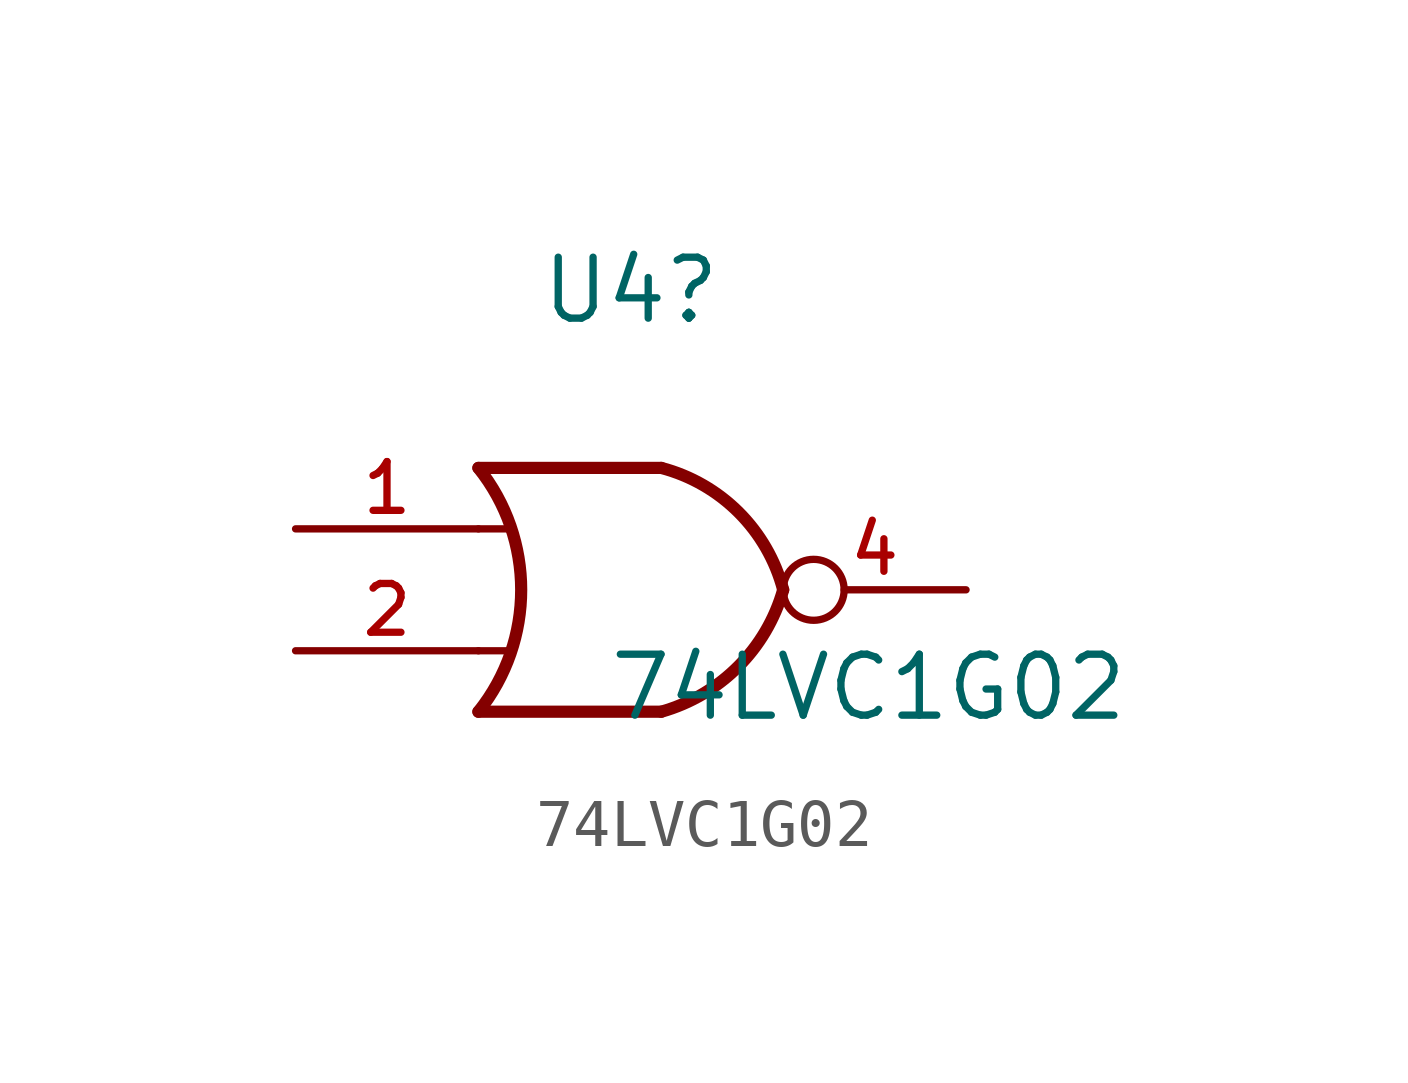
<source format=kicad_sym>
(kicad_symbol_lib
  (version 20220914)
  (generator kicad_symbol_editor)
  (symbol "74LVC1G02"
    (pin_names
      (offset 1.016))
    (property "Reference" "U4"
      (at -0.635 6.24 0)
      (effects (font (size 1.27 1.27))))
    (property "Value" "74LVC1G02"
      (at 4.318 -2.032 0)
      (effects (font (size 1.27 1.27))))
    (symbol "74LVC1G02_0_1"
      (arc (start -3.81 -2.54) (mid -2.919 0) (end -3.81 2.54) (stroke (width 0.254) (type default)) (fill (type none)))
      (arc (start 0 -2.54) (mid 1.5993 -1.6027) (end 2.54 0) (stroke (width 0.254) (type default)) (fill (type none)))
      (polyline (pts (xy -3.81 -1.27) (xy -3.175 -1.27)) (stroke (width 0) (type default)) (fill (type none)))
      (polyline (pts (xy -3.81 1.27) (xy -3.175 1.27)) (stroke (width 0) (type default)) (fill (type none)))
      (polyline (pts (xy 0 -2.54) (xy -3.81 -2.54)) (stroke (width 0.254) (type default)) (fill (type background)))
      (polyline (pts (xy 0 2.54) (xy -3.81 2.54)) (stroke (width 0.254) (type default)) (fill (type background)))
      (arc (start 2.54 0) (mid 1.6119 1.6152) (end 0 2.54) (stroke (width 0.254) (type default)) (fill (type none))))
    (symbol "74LVC1G02_1_1"
      (pin input line (at -7.62 1.27 0) (length 3.81) (name "~" (effects (font (size 1.016 1.016)))) (number "1" (effects (font (size 1.016 1.016)))))
      (pin input line (at -7.62 -1.27 0) (length 3.81) (name "~" (effects (font (size 1.016 1.016)))) (number "2" (effects (font (size 1.016 1.016)))))
      (pin power_in line (at 0 -2.54 270) (length 0) hide (name "GND" (effects (font (size 1.016 1.016)))) (number "3" (effects (font (size 1.016 1.016)))))
      (pin output inverted (at 6.35 0 180) (length 3.81) (name "~" (effects (font (size 1.016 1.016)))) (number "4" (effects (font (size 1.016 1.016)))))
      (pin power_in line (at 0 2.54 90) (length 0) hide (name "VCC" (effects (font (size 1.016 1.016)))) (number "5" (effects (font (size 1.016 1.016))))))))
</source>
